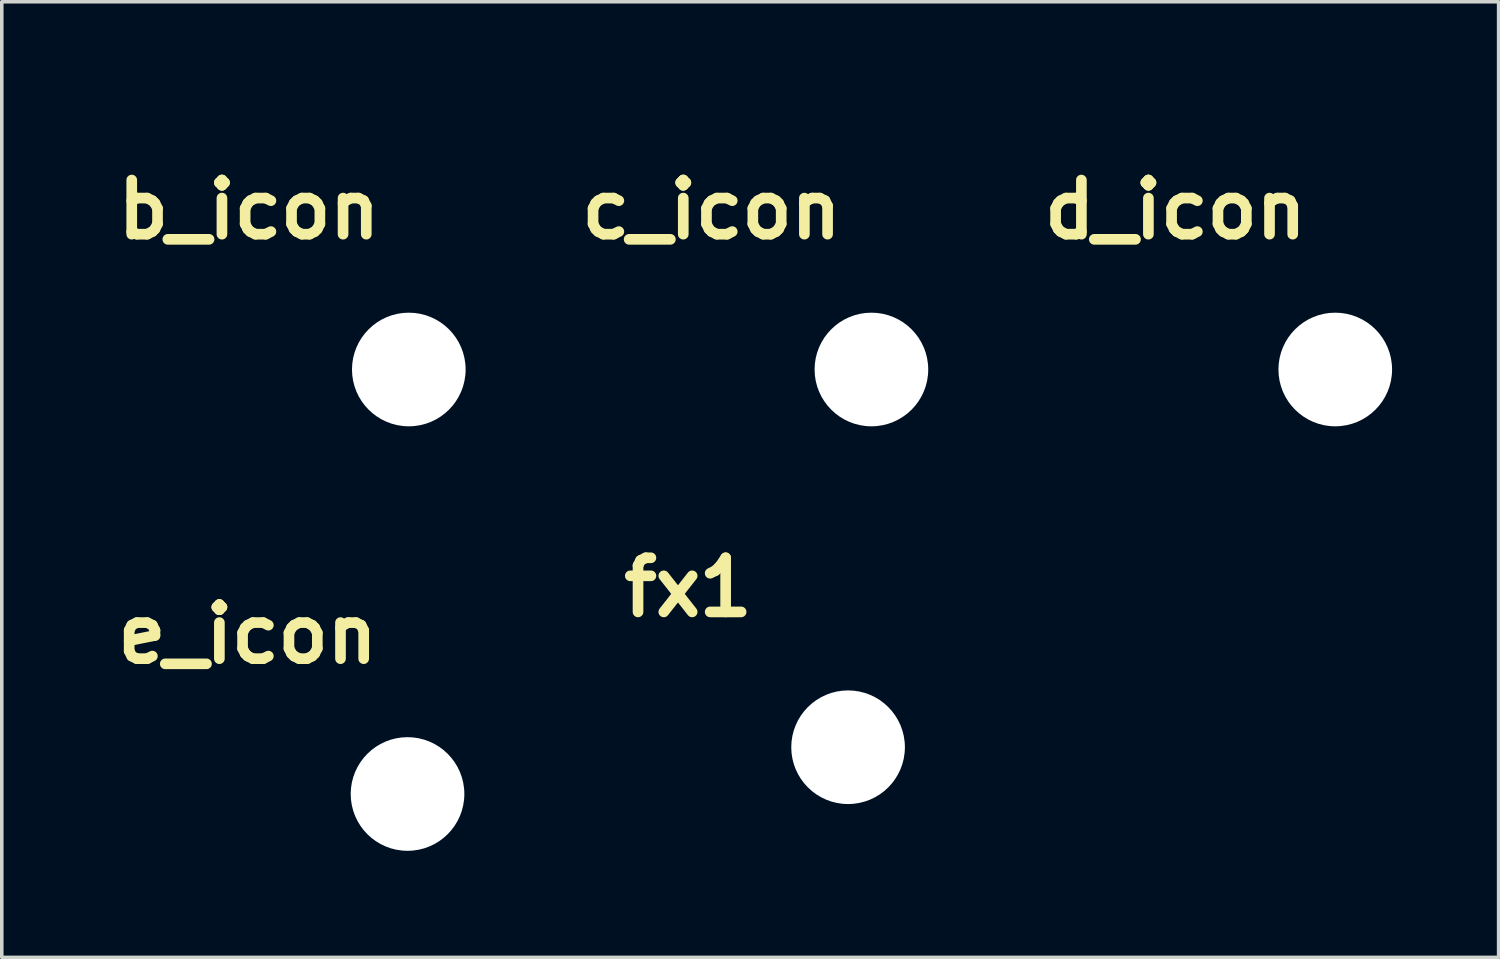
<source format=kicad_pcb>
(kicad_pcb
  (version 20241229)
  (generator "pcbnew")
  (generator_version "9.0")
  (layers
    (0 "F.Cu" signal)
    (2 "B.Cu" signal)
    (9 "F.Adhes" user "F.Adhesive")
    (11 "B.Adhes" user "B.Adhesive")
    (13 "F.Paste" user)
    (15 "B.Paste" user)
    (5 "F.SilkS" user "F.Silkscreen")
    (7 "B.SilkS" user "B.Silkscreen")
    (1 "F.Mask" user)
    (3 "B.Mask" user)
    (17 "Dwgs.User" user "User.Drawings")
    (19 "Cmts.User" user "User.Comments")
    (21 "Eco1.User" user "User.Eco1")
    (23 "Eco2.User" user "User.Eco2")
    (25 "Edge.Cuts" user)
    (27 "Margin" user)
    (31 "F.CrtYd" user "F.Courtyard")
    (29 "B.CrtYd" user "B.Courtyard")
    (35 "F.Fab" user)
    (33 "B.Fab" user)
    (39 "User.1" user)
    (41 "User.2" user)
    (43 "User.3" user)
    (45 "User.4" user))
  (footprint "c_icon"
    (layer "F.Cu")
    (at 21.489 7.355)
    (property "Reference" "c_icon" (at -4.5 -4.5 0) (layer "F.SilkS") (effects (font (size 1.524 1.524) (thickness 0.3))))
    (attr through_hole)
    (fp_text user "C" (at -4.445 -4.547 0) (layer "F.Mask") (effects (font (size 3 3) (thickness 0.6))))
    (fp_text user "C" (at -4.445 -4.547 0) (layer "B.Mask") (effects (font (size 3 3) (thickness 0.6))))
    (pad "" np_thru_hole circle (at 0 0) (size 3.2 3.2) (drill 3.2) (layers "*.Cu" "*.Mask")))
  (footprint "fx1"
    (layer "F.Cu")
    (at 20.832 17.992)
    (property "Reference" "fx1" (at -4.5 -4.5 0) (layer "F.SilkS") (effects (font (size 1.524 1.524) (thickness 0.3))))
    (attr through_hole)
    (fp_poly (pts (xy -1.598 -4.903) (xy -1.515 -4.886) (xy -1.439 -4.856) (xy -1.371 -4.814) (xy -1.311 -4.761) (xy -1.263 -4.7) (xy -1.225 -4.631) (xy -1.201 -4.556) (xy -1.19 -4.478) (xy -1.194 -4.397) (xy -1.203 -4.354) (xy -1.229 -4.283) (xy -1.267 -4.216) (xy -1.315 -4.155) (xy -1.37 -4.104) (xy -1.428 -4.066) (xy -1.502 -4.038) (xy -1.581 -4.022) (xy -1.661 -4.018) (xy -1.737 -4.028) (xy -1.748 -4.031) (xy -1.826 -4.06) (xy -1.895 -4.102) (xy -1.955 -4.156) (xy -2.005 -4.219) (xy -2.043 -4.29) (xy -2.067 -4.365) (xy -2.078 -4.445) (xy -2.073 -4.526) (xy -2.072 -4.528) (xy -2.051 -4.607) (xy -2.016 -4.681) (xy -1.969 -4.746) (xy -1.911 -4.802) (xy -1.846 -4.848) (xy -1.774 -4.881) (xy -1.697 -4.9) (xy -1.618 -4.904) (xy -1.598 -4.903)) (stroke (width 0.01) (type solid)) (fill yes) (layer "F.Mask"))
    (fp_poly (pts (xy -5.095 -6.014) (xy -5.067 -5.997) (xy -5.039 -5.972) (xy -5.029 -5.961) (xy -5.019 -5.949) (xy -5 -5.923) (xy -4.974 -5.886) (xy -4.941 -5.839) (xy -4.901 -5.783) (xy -4.856 -5.719) (xy -4.807 -5.648) (xy -4.754 -5.573) (xy -4.698 -5.493) (xy -4.664 -5.444) (xy -4.607 -5.361) (xy -4.552 -5.282) (xy -4.499 -5.207) (xy -4.451 -5.137) (xy -4.407 -5.074) (xy -4.369 -5.019) (xy -4.337 -4.974) (xy -4.312 -4.939) (xy -4.296 -4.915) (xy -4.291 -4.908) (xy -4.253 -4.855) (xy -3.863 -5.416) (xy -3.791 -5.518) (xy -3.728 -5.608) (xy -3.674 -5.685) (xy -3.628 -5.751) (xy -3.588 -5.807) (xy -3.554 -5.854) (xy -3.526 -5.892) (xy -3.503 -5.923) (xy -3.484 -5.947) (xy -3.469 -5.966) (xy -3.456 -5.98) (xy -3.446 -5.99) (xy -3.437 -5.997) (xy -3.431 -6.002) (xy -3.38 -6.024) (xy -3.327 -6.031) (xy -3.274 -6.024) (xy -3.225 -6.003) (xy -3.182 -5.97) (xy -3.149 -5.926) (xy -3.139 -5.906) (xy -3.129 -5.865) (xy -3.127 -5.818) (xy -3.135 -5.773) (xy -3.144 -5.747) (xy -3.152 -5.735) (xy -3.168 -5.71) (xy -3.193 -5.674) (xy -3.225 -5.627) (xy -3.263 -5.57) (xy -3.308 -5.505) (xy -3.358 -5.432) (xy -3.413 -5.353) (xy -3.471 -5.269) (xy -3.533 -5.18) (xy -3.581 -5.111) (xy -3.644 -5.021) (xy -3.704 -4.935) (xy -3.76 -4.853) (xy -3.813 -4.777) (xy -3.86 -4.709) (xy -3.901 -4.648) (xy -3.937 -4.597) (xy -3.965 -4.555) (xy -3.985 -4.524) (xy -3.998 -4.506) (xy -4.001 -4.5) (xy -3.996 -4.492) (xy -3.982 -4.471) (xy -3.96 -4.438) (xy -3.93 -4.394) (xy -3.894 -4.341) (xy -3.851 -4.279) (xy -3.803 -4.209) (xy -3.75 -4.132) (xy -3.693 -4.049) (xy -3.632 -3.962) (xy -3.581 -3.889) (xy -3.518 -3.798) (xy -3.457 -3.71) (xy -3.399 -3.627) (xy -3.346 -3.55) (xy -3.297 -3.479) (xy -3.253 -3.415) (xy -3.216 -3.361) (xy -3.186 -3.316) (xy -3.163 -3.283) (xy -3.149 -3.261) (xy -3.144 -3.253) (xy -3.131 -3.213) (xy -3.127 -3.167) (xy -3.131 -3.121) (xy -3.139 -3.094) (xy -3.168 -3.046) (xy -3.208 -3.008) (xy -3.254 -2.983) (xy -3.306 -2.97) (xy -3.359 -2.972) (xy -3.411 -2.988) (xy -3.431 -2.998) (xy -3.439 -3.004) (xy -3.448 -3.012) (xy -3.459 -3.023) (xy -3.472 -3.038) (xy -3.488 -3.058) (xy -3.508 -3.084) (xy -3.533 -3.116) (xy -3.562 -3.157) (xy -3.597 -3.206) (xy -3.638 -3.264) (xy -3.687 -3.333) (xy -3.743 -3.413) (xy -3.808 -3.506) (xy -3.863 -3.584) (xy -4.253 -4.145) (xy -4.291 -4.092) (xy -4.302 -4.076) (xy -4.322 -4.048) (xy -4.35 -4.008) (xy -4.385 -3.958) (xy -4.426 -3.899) (xy -4.472 -3.833) (xy -4.522 -3.76) (xy -4.577 -3.683) (xy -4.633 -3.601) (xy -4.673 -3.544) (xy -4.731 -3.461) (xy -4.786 -3.383) (xy -4.837 -3.309) (xy -4.884 -3.242) (xy -4.927 -3.181) (xy -4.964 -3.129) (xy -4.994 -3.087) (xy -5.017 -3.055) (xy -5.031 -3.035) (xy -5.036 -3.028) (xy -5.066 -3.004) (xy -5.106 -2.984) (xy -5.15 -2.972) (xy -5.181 -2.968) (xy -5.236 -2.976) (xy -5.287 -2.999) (xy -5.33 -3.034) (xy -5.362 -3.08) (xy -5.368 -3.093) (xy -5.377 -3.128) (xy -5.38 -3.17) (xy -5.377 -3.212) (xy -5.371 -3.238) (xy -5.365 -3.249) (xy -5.35 -3.272) (xy -5.326 -3.308) (xy -5.295 -3.354) (xy -5.257 -3.41) (xy -5.213 -3.474) (xy -5.164 -3.547) (xy -5.109 -3.625) (xy -5.051 -3.71) (xy -4.99 -3.798) (xy -4.931 -3.882) (xy -4.501 -4.5) (xy -4.892 -5.062) (xy -5.283 -5.625) (xy -7.395 -5.626) (xy -7.395 -4.703) (xy -6.676 -4.703) (xy -6.546 -4.703) (xy -6.432 -4.703) (xy -6.332 -4.703) (xy -6.246 -4.703) (xy -6.172 -4.702) (xy -6.11 -4.701) (xy -6.058 -4.7) (xy -6.015 -4.699) (xy -5.981 -4.697) (xy -5.953 -4.694) (xy -5.931 -4.691) (xy -5.913 -4.687) (xy -5.899 -4.682) (xy -5.888 -4.677) (xy -5.878 -4.671) (xy -5.868 -4.664) (xy -5.859 -4.656) (xy -5.824 -4.62) (xy -5.801 -4.574) (xy -5.789 -4.524) (xy -5.79 -4.472) (xy -5.802 -4.422) (xy -5.826 -4.377) (xy -5.859 -4.344) (xy -5.869 -4.336) (xy -5.879 -4.329) (xy -5.889 -4.322) (xy -5.901 -4.317) (xy -5.915 -4.313) (xy -5.933 -4.309) (xy -5.955 -4.306) (xy -5.984 -4.303) (xy -6.019 -4.301) (xy -6.063 -4.3) (xy -6.116 -4.299) (xy -6.179 -4.298) (xy -6.254 -4.297) (xy -6.341 -4.297) (xy -6.442 -4.297) (xy -6.558 -4.297) (xy -6.676 -4.297) (xy -7.394 -4.297) (xy -7.397 -3.707) (xy -7.399 -3.116) (xy -7.418 -3.081) (xy -7.452 -3.034) (xy -7.495 -2.999) (xy -7.545 -2.977) (xy -7.598 -2.969) (xy -7.653 -2.976) (xy -7.689 -2.99) (xy -7.736 -3.021) (xy -7.77 -3.063) (xy -7.788 -3.097) (xy -7.79 -3.103) (xy -7.791 -3.111) (xy -7.793 -3.123) (xy -7.794 -3.14) (xy -7.795 -3.162) (xy -7.796 -3.19) (xy -7.797 -3.224) (xy -7.798 -3.266) (xy -7.798 -3.317) (xy -7.799 -3.376) (xy -7.799 -3.446) (xy -7.8 -3.525) (xy -7.8 -3.617) (xy -7.8 -3.72) (xy -7.801 -3.836) (xy -7.801 -3.966) (xy -7.801 -4.11) (xy -7.801 -4.27) (xy -7.801 -4.445) (xy -7.801 -4.502) (xy -7.801 -5.875) (xy -7.781 -5.918) (xy -7.757 -5.958) (xy -7.728 -5.988) (xy -7.689 -6.011) (xy -7.682 -6.014) (xy -7.677 -6.017) (xy -7.671 -6.019) (xy -7.664 -6.021) (xy -7.655 -6.022) (xy -7.643 -6.024) (xy -7.627 -6.025) (xy -7.606 -6.026) (xy -7.581 -6.027) (xy -7.548 -6.028) (xy -7.509 -6.029) (xy -7.462 -6.03) (xy -7.406 -6.03) (xy -7.341 -6.031) (xy -7.265 -6.031) (xy -7.178 -6.031) (xy -7.079 -6.031) (xy -6.968 -6.032) (xy -6.842 -6.032) (xy -6.702 -6.032) (xy -6.547 -6.032) (xy -6.388 -6.032) (xy -5.132 -6.032) (xy -5.095 -6.014)) (stroke (width 0.01) (type solid)) (fill yes) (layer "F.Mask"))
    (fp_poly (pts (xy -1.598 -4.903) (xy -1.515 -4.886) (xy -1.439 -4.856) (xy -1.371 -4.814) (xy -1.311 -4.761) (xy -1.263 -4.7) (xy -1.225 -4.631) (xy -1.201 -4.556) (xy -1.19 -4.478) (xy -1.194 -4.397) (xy -1.203 -4.354) (xy -1.229 -4.283) (xy -1.267 -4.216) (xy -1.315 -4.155) (xy -1.37 -4.104) (xy -1.428 -4.066) (xy -1.502 -4.038) (xy -1.581 -4.022) (xy -1.661 -4.018) (xy -1.737 -4.028) (xy -1.748 -4.031) (xy -1.826 -4.06) (xy -1.895 -4.102) (xy -1.955 -4.156) (xy -2.005 -4.219) (xy -2.043 -4.29) (xy -2.067 -4.365) (xy -2.078 -4.445) (xy -2.073 -4.526) (xy -2.072 -4.528) (xy -2.051 -4.607) (xy -2.016 -4.681) (xy -1.969 -4.746) (xy -1.911 -4.802) (xy -1.846 -4.848) (xy -1.774 -4.881) (xy -1.697 -4.9) (xy -1.618 -4.904) (xy -1.598 -4.903)) (stroke (width 0.01) (type solid)) (fill yes) (layer "B.Mask"))
    (fp_poly (pts (xy -5.095 -6.014) (xy -5.067 -5.997) (xy -5.039 -5.972) (xy -5.029 -5.961) (xy -5.019 -5.949) (xy -5 -5.923) (xy -4.974 -5.886) (xy -4.941 -5.839) (xy -4.901 -5.783) (xy -4.856 -5.719) (xy -4.807 -5.648) (xy -4.754 -5.573) (xy -4.698 -5.493) (xy -4.664 -5.444) (xy -4.607 -5.361) (xy -4.552 -5.282) (xy -4.499 -5.207) (xy -4.451 -5.137) (xy -4.407 -5.074) (xy -4.369 -5.019) (xy -4.337 -4.974) (xy -4.312 -4.939) (xy -4.296 -4.915) (xy -4.291 -4.908) (xy -4.253 -4.855) (xy -3.863 -5.416) (xy -3.791 -5.518) (xy -3.728 -5.608) (xy -3.674 -5.685) (xy -3.628 -5.751) (xy -3.588 -5.807) (xy -3.554 -5.854) (xy -3.526 -5.892) (xy -3.503 -5.923) (xy -3.484 -5.947) (xy -3.469 -5.966) (xy -3.456 -5.98) (xy -3.446 -5.99) (xy -3.437 -5.997) (xy -3.431 -6.002) (xy -3.38 -6.024) (xy -3.327 -6.031) (xy -3.274 -6.024) (xy -3.225 -6.003) (xy -3.182 -5.97) (xy -3.149 -5.926) (xy -3.139 -5.906) (xy -3.129 -5.865) (xy -3.127 -5.818) (xy -3.135 -5.773) (xy -3.144 -5.747) (xy -3.152 -5.735) (xy -3.168 -5.71) (xy -3.193 -5.674) (xy -3.225 -5.627) (xy -3.263 -5.57) (xy -3.308 -5.505) (xy -3.358 -5.432) (xy -3.413 -5.353) (xy -3.471 -5.269) (xy -3.533 -5.18) (xy -3.581 -5.111) (xy -3.644 -5.021) (xy -3.704 -4.935) (xy -3.76 -4.853) (xy -3.813 -4.777) (xy -3.86 -4.709) (xy -3.901 -4.648) (xy -3.937 -4.597) (xy -3.965 -4.555) (xy -3.985 -4.524) (xy -3.998 -4.506) (xy -4.001 -4.5) (xy -3.996 -4.492) (xy -3.982 -4.471) (xy -3.96 -4.438) (xy -3.93 -4.394) (xy -3.894 -4.341) (xy -3.851 -4.279) (xy -3.803 -4.209) (xy -3.75 -4.132) (xy -3.693 -4.049) (xy -3.632 -3.962) (xy -3.581 -3.889) (xy -3.518 -3.798) (xy -3.457 -3.71) (xy -3.399 -3.627) (xy -3.346 -3.55) (xy -3.297 -3.479) (xy -3.253 -3.415) (xy -3.216 -3.361) (xy -3.186 -3.316) (xy -3.163 -3.283) (xy -3.149 -3.261) (xy -3.144 -3.253) (xy -3.131 -3.213) (xy -3.127 -3.167) (xy -3.131 -3.121) (xy -3.139 -3.094) (xy -3.168 -3.046) (xy -3.208 -3.008) (xy -3.254 -2.983) (xy -3.306 -2.97) (xy -3.359 -2.972) (xy -3.411 -2.988) (xy -3.431 -2.998) (xy -3.439 -3.004) (xy -3.448 -3.012) (xy -3.459 -3.023) (xy -3.472 -3.038) (xy -3.488 -3.058) (xy -3.508 -3.084) (xy -3.533 -3.116) (xy -3.562 -3.157) (xy -3.597 -3.206) (xy -3.638 -3.264) (xy -3.687 -3.333) (xy -3.743 -3.413) (xy -3.808 -3.506) (xy -3.863 -3.584) (xy -4.253 -4.145) (xy -4.291 -4.092) (xy -4.302 -4.076) (xy -4.322 -4.048) (xy -4.35 -4.008) (xy -4.385 -3.958) (xy -4.426 -3.899) (xy -4.472 -3.833) (xy -4.522 -3.76) (xy -4.577 -3.683) (xy -4.633 -3.601) (xy -4.673 -3.544) (xy -4.731 -3.461) (xy -4.786 -3.383) (xy -4.837 -3.309) (xy -4.884 -3.242) (xy -4.927 -3.181) (xy -4.964 -3.129) (xy -4.994 -3.087) (xy -5.017 -3.055) (xy -5.031 -3.035) (xy -5.036 -3.028) (xy -5.066 -3.004) (xy -5.106 -2.984) (xy -5.15 -2.972) (xy -5.181 -2.968) (xy -5.236 -2.976) (xy -5.287 -2.999) (xy -5.33 -3.034) (xy -5.362 -3.08) (xy -5.368 -3.093) (xy -5.377 -3.128) (xy -5.38 -3.17) (xy -5.377 -3.212) (xy -5.371 -3.238) (xy -5.365 -3.249) (xy -5.35 -3.272) (xy -5.326 -3.308) (xy -5.295 -3.354) (xy -5.257 -3.41) (xy -5.213 -3.474) (xy -5.164 -3.547) (xy -5.109 -3.625) (xy -5.051 -3.71) (xy -4.99 -3.798) (xy -4.931 -3.882) (xy -4.501 -4.5) (xy -4.892 -5.062) (xy -5.283 -5.625) (xy -7.395 -5.626) (xy -7.395 -4.703) (xy -6.676 -4.703) (xy -6.546 -4.703) (xy -6.432 -4.703) (xy -6.332 -4.703) (xy -6.246 -4.703) (xy -6.172 -4.702) (xy -6.11 -4.701) (xy -6.058 -4.7) (xy -6.015 -4.699) (xy -5.981 -4.697) (xy -5.953 -4.694) (xy -5.931 -4.691) (xy -5.913 -4.687) (xy -5.899 -4.682) (xy -5.888 -4.677) (xy -5.878 -4.671) (xy -5.868 -4.664) (xy -5.859 -4.656) (xy -5.824 -4.62) (xy -5.801 -4.574) (xy -5.789 -4.524) (xy -5.79 -4.472) (xy -5.802 -4.422) (xy -5.826 -4.377) (xy -5.859 -4.344) (xy -5.869 -4.336) (xy -5.879 -4.329) (xy -5.889 -4.322) (xy -5.901 -4.317) (xy -5.915 -4.313) (xy -5.933 -4.309) (xy -5.955 -4.306) (xy -5.984 -4.303) (xy -6.019 -4.301) (xy -6.063 -4.3) (xy -6.116 -4.299) (xy -6.179 -4.298) (xy -6.254 -4.297) (xy -6.341 -4.297) (xy -6.442 -4.297) (xy -6.558 -4.297) (xy -6.676 -4.297) (xy -7.394 -4.297) (xy -7.397 -3.707) (xy -7.399 -3.116) (xy -7.418 -3.081) (xy -7.452 -3.034) (xy -7.495 -2.999) (xy -7.545 -2.977) (xy -7.598 -2.969) (xy -7.653 -2.976) (xy -7.689 -2.99) (xy -7.736 -3.021) (xy -7.77 -3.063) (xy -7.788 -3.097) (xy -7.79 -3.103) (xy -7.791 -3.111) (xy -7.793 -3.123) (xy -7.794 -3.14) (xy -7.795 -3.162) (xy -7.796 -3.19) (xy -7.797 -3.224) (xy -7.798 -3.266) (xy -7.798 -3.317) (xy -7.799 -3.376) (xy -7.799 -3.446) (xy -7.8 -3.525) (xy -7.8 -3.617) (xy -7.8 -3.72) (xy -7.801 -3.836) (xy -7.801 -3.966) (xy -7.801 -4.11) (xy -7.801 -4.27) (xy -7.801 -4.445) (xy -7.801 -4.502) (xy -7.801 -5.875) (xy -7.781 -5.918) (xy -7.757 -5.958) (xy -7.728 -5.988) (xy -7.689 -6.011) (xy -7.682 -6.014) (xy -7.677 -6.017) (xy -7.671 -6.019) (xy -7.664 -6.021) (xy -7.655 -6.022) (xy -7.643 -6.024) (xy -7.627 -6.025) (xy -7.606 -6.026) (xy -7.581 -6.027) (xy -7.548 -6.028) (xy -7.509 -6.029) (xy -7.462 -6.03) (xy -7.406 -6.03) (xy -7.341 -6.031) (xy -7.265 -6.031) (xy -7.178 -6.031) (xy -7.079 -6.031) (xy -6.968 -6.032) (xy -6.842 -6.032) (xy -6.702 -6.032) (xy -6.547 -6.032) (xy -6.388 -6.032) (xy -5.132 -6.032) (xy -5.095 -6.014)) (stroke (width 0.01) (type solid)) (fill yes) (layer "B.Mask"))
    (pad "" np_thru_hole circle (at 0 0) (size 3.2 3.2) (drill 3.2) (layers "*.Cu" "*.Mask")))
  (footprint "e_icon"
    (layer "F.Cu")
    (at 8.426 19.309)
    (property "Reference" "e_icon" (at -4.5 -4.5 0) (layer "F.SilkS") (effects (font (size 1.524 1.524) (thickness 0.3))))
    (attr through_hole)
    (fp_text user "E" (at -4.445 -4.547 0) (layer "F.Mask") (effects (font (size 3 3) (thickness 0.6))))
    (fp_text user "E" (at -4.445 -4.547 0) (layer "B.Mask") (effects (font (size 3 3) (thickness 0.6))))
    (pad "" np_thru_hole circle (at 0 0) (size 3.2 3.2) (drill 3.2) (layers "*.Cu" "*.Mask")))
  (footprint "b_icon"
    (layer "F.Cu")
    (at 8.462 7.355)
    (property "Reference" "b_icon" (at -4.5 -4.5 0) (layer "F.SilkS") (effects (font (size 1.524 1.524) (thickness 0.3))))
    (attr through_hole)
    (fp_text user "B" (at -4.445 -4.547 0) (layer "F.Mask") (effects (font (size 3 3) (thickness 0.6))))
    (fp_text user "B" (at -4.445 -4.547 0) (layer "B.Mask") (effects (font (size 3 3) (thickness 0.6))))
    (pad "" np_thru_hole circle (at 0 0) (size 3.2 3.2) (drill 3.2) (layers "*.Cu" "*.Mask")))
  (footprint "d_icon"
    (layer "F.Cu")
    (at 34.551 7.355)
    (property "Reference" "d_icon" (at -4.5 -4.5 0) (layer "F.SilkS") (effects (font (size 1.524 1.524) (thickness 0.3))))
    (attr through_hole)
    (fp_text user "D" (at -4.445 -4.547 0) (layer "F.Mask") (effects (font (size 3 3) (thickness 0.6))))
    (fp_text user "D" (at -4.445 -4.547 0) (layer "B.Mask") (effects (font (size 3 3) (thickness 0.6))))
    (pad "" np_thru_hole circle (at 0 0) (size 3.2 3.2) (drill 3.2) (layers "*.Cu" "*.Mask")))
  (gr_rect
    (start -3 -3)
    (end 39.151 23.909)
    (stroke (width 0.1) (type default))
    (fill no)
    (layer "Edge.Cuts")))
</source>
